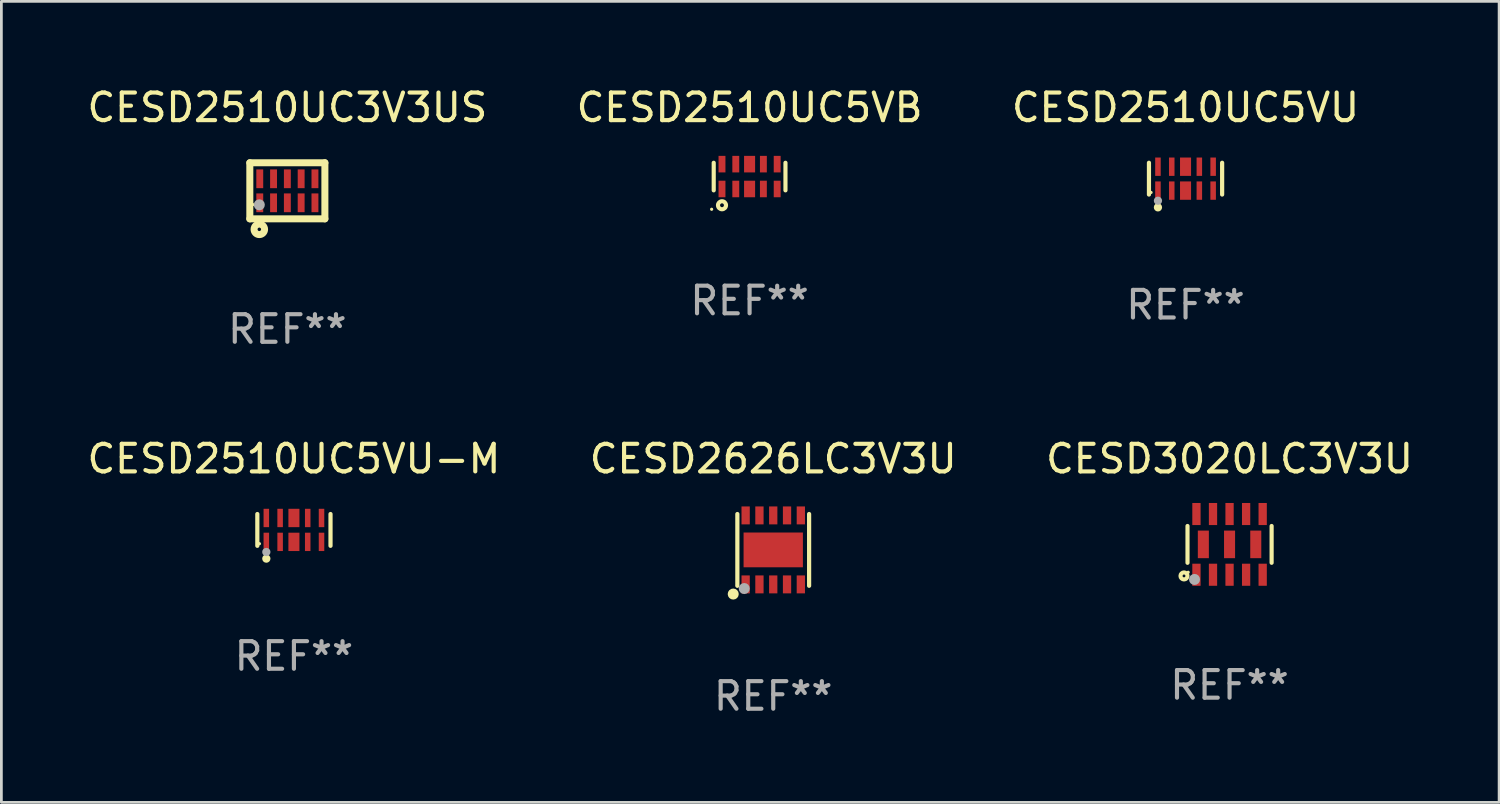
<source format=kicad_pcb>
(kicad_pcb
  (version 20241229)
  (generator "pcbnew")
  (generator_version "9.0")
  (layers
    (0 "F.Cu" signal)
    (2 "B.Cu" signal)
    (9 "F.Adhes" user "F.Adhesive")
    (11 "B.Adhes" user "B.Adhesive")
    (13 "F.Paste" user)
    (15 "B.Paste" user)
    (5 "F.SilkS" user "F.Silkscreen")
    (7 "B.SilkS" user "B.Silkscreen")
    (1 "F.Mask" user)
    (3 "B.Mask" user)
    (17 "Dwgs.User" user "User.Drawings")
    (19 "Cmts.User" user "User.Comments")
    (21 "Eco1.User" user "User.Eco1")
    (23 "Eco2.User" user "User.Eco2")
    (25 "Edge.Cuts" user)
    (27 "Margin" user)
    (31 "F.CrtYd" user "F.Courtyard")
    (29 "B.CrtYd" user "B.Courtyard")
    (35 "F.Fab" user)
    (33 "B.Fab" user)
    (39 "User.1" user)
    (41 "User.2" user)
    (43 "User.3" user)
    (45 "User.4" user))
  (footprint "CESD2626LC3V3U"
    (layer "F.Cu")
    (at 24.97 16.877)
    (property "Reference" "CESD2626LC3V3U" (at 0 -3.3 0) (layer "F.SilkS") (effects (font (size 1 1) (thickness 0.15))))
    (attr through_hole)
    (fp_line (start -1.3 -1.3) (end -1.3 1.3) (stroke (width 0.152) (type solid)) (layer "F.SilkS"))
    (fp_line (start 1.3 -1.3) (end 1.3 1.3) (stroke (width 0.152) (type solid)) (layer "F.SilkS"))
    (fp_circle (center -1.45 1.6) (end -1.35 1.6) (stroke (width 0.2) (type solid)) (fill no) (layer "F.SilkS"))
    (fp_circle (center -1.3 1.3) (end -1.27 1.3) (stroke (width 0.06) (type solid)) (fill no) (layer "F.SilkS"))
    (fp_circle (center -1.05 1.4) (end -0.95 1.4) (stroke (width 0.2) (type solid)) (fill no) (layer "F.Fab"))
    (fp_text user "REF**" (at 0 5.3 0) (layer "F.Fab") (effects (font (size 1 1) (thickness 0.15))))
    (pad "1" smd rect (at -1 1.25) (size 0.3 0.65) (layers "F.Cu" "F.Mask" "F.Paste"))
    (pad "2" smd rect (at -0.5 1.25) (size 0.3 0.65) (layers "F.Cu" "F.Mask" "F.Paste"))
    (pad "3" smd rect (at 0 1.25) (size 0.3 0.65) (layers "F.Cu" "F.Mask" "F.Paste"))
    (pad "4" smd rect (at 0.5 1.25) (size 0.3 0.65) (layers "F.Cu" "F.Mask" "F.Paste"))
    (pad "5" smd rect (at 1 1.25) (size 0.3 0.65) (layers "F.Cu" "F.Mask" "F.Paste"))
    (pad "6" smd rect (at 1 -1.25) (size 0.3 0.65) (layers "F.Cu" "F.Mask" "F.Paste"))
    (pad "7" smd rect (at 0.5 -1.25) (size 0.3 0.65) (layers "F.Cu" "F.Mask" "F.Paste"))
    (pad "8" smd rect (at 0 -1.25) (size 0.3 0.65) (layers "F.Cu" "F.Mask" "F.Paste"))
    (pad "9" smd rect (at -0.5 -1.25) (size 0.3 0.65) (layers "F.Cu" "F.Mask" "F.Paste"))
    (pad "10" smd rect (at -1 -1.25) (size 0.3 0.65) (layers "F.Cu" "F.Mask" "F.Paste"))
    (pad "11" smd rect (at 0 0) (size 2.15 1.26) (layers "F.Cu" "F.Mask" "F.Paste")))
  (footprint "CESD2510UC3V3US"
    (layer "F.Cu")
    (at 7.363 3.864)
    (property "Reference" "CESD2510UC3V3US" (at 0 -3.016 0) (layer "F.SilkS") (effects (font (size 1 1) (thickness 0.15))))
    (attr through_hole)
    (fp_line (start -1.36 1.016) (end 1.36 1.016) (stroke (width 0.254) (type solid)) (layer "F.SilkS"))
    (fp_line (start -1.36 -1.016) (end -1.36 1.016) (stroke (width 0.254) (type solid)) (layer "F.SilkS"))
    (fp_line (start -1.36 -1.016) (end 1.36 -1.016) (stroke (width 0.254) (type solid)) (layer "F.SilkS"))
    (fp_line (start 1.36 -1.016) (end 1.36 1.016) (stroke (width 0.254) (type solid)) (layer "F.SilkS"))
    (fp_circle (center -1.25 0.5) (end -1.22 0.5) (stroke (width 0.06) (type solid)) (fill no) (layer "F.SilkS"))
    (fp_circle (center -1.016 1.397) (end -0.953 1.397) (stroke (width 0.254) (type solid)) (fill no) (layer "F.SilkS"))
    (fp_circle (center -1.016 0.508) (end -0.916 0.508) (stroke (width 0.2) (type solid)) (fill no) (layer "F.Fab"))
    (fp_text user "REF**" (at 0 5.016 0) (layer "F.Fab") (effects (font (size 1 1) (thickness 0.15))))
    (pad "1" smd rect (at -1 0.435) (size 0.25 0.68) (layers "F.Cu" "F.Mask" "F.Paste"))
    (pad "2" smd rect (at -0.5 0.435) (size 0.25 0.68) (layers "F.Cu" "F.Mask" "F.Paste"))
    (pad "3" smd rect (at 0 0.435) (size 0.25 0.68) (layers "F.Cu" "F.Mask" "F.Paste"))
    (pad "4" smd rect (at 0.5 0.435) (size 0.25 0.68) (layers "F.Cu" "F.Mask" "F.Paste"))
    (pad "5" smd rect (at 1 0.435) (size 0.25 0.68) (layers "F.Cu" "F.Mask" "F.Paste"))
    (pad "6" smd rect (at 1 -0.435) (size 0.25 0.68) (layers "F.Cu" "F.Mask" "F.Paste"))
    (pad "7" smd rect (at 0.5 -0.435) (size 0.25 0.68) (layers "F.Cu" "F.Mask" "F.Paste"))
    (pad "8" smd rect (at 0 -0.435) (size 0.25 0.68) (layers "F.Cu" "F.Mask" "F.Paste"))
    (pad "9" smd rect (at -0.5 -0.435) (size 0.25 0.68) (layers "F.Cu" "F.Mask" "F.Paste"))
    (pad "10" smd rect (at -1 -0.435) (size 0.25 0.68) (layers "F.Cu" "F.Mask" "F.Paste")))
  (footprint "CESD2510UC5VU-M"
    (layer "F.Cu")
    (at 7.601 16.153)
    (property "Reference" "CESD2510UC5VU-M" (at 0 -2.576 0) (layer "F.SilkS") (effects (font (size 1 1) (thickness 0.15))))
    (attr through_hole)
    (fp_line (start -1.326 0.576) (end -1.326 -0.576) (stroke (width 0.152) (type solid)) (layer "F.SilkS"))
    (fp_line (start 1.326 0.576) (end 1.326 -0.576) (stroke (width 0.152) (type solid)) (layer "F.SilkS"))
    (fp_circle (center -1.25 0.5) (end -1.22 0.5) (stroke (width 0.06) (type solid)) (fill no) (layer "F.SilkS"))
    (fp_circle (center -1 1.04) (end -0.925 1.04) (stroke (width 0.15) (type solid)) (fill no) (layer "F.SilkS"))
    (fp_circle (center -1 0.8) (end -0.925 0.8) (stroke (width 0.15) (type solid)) (fill no) (layer "F.Fab"))
    (fp_text user "REF**" (at 0 4.576 0) (layer "F.Fab") (effects (font (size 1 1) (thickness 0.15))))
    (pad "1" smd rect (at -1 0.433) (size 0.2 0.665) (layers "F.Cu" "F.Mask" "F.Paste"))
    (pad "2" smd rect (at -0.5 0.433) (size 0.2 0.665) (layers "F.Cu" "F.Mask" "F.Paste"))
    (pad "3" smd rect (at 0 0.433) (size 0.4 0.665) (layers "F.Cu" "F.Mask" "F.Paste"))
    (pad "4" smd rect (at 0.5 0.433) (size 0.2 0.665) (layers "F.Cu" "F.Mask" "F.Paste"))
    (pad "5" smd rect (at 1 0.433) (size 0.2 0.665) (layers "F.Cu" "F.Mask" "F.Paste"))
    (pad "6" smd rect (at 1 -0.433) (size 0.2 0.665) (layers "F.Cu" "F.Mask" "F.Paste"))
    (pad "7" smd rect (at 0.5 -0.433) (size 0.2 0.665) (layers "F.Cu" "F.Mask" "F.Paste"))
    (pad "8" smd rect (at 0 -0.433) (size 0.4 0.665) (layers "F.Cu" "F.Mask" "F.Paste"))
    (pad "9" smd rect (at -0.5 -0.433) (size 0.2 0.665) (layers "F.Cu" "F.Mask" "F.Paste"))
    (pad "10" smd rect (at -1 -0.433) (size 0.2 0.665) (layers "F.Cu" "F.Mask" "F.Paste")))
  (footprint "CESD2510UC5VB"
    (layer "F.Cu")
    (at 24.113 3.348)
    (property "Reference" "CESD2510UC5VB" (at 0 -2.5 0) (layer "F.SilkS") (effects (font (size 1 1) (thickness 0.15))))
    (attr through_hole)
    (fp_line (start -1.3 -0.5) (end -1.3 0.5) (stroke (width 0.15) (type solid)) (layer "F.SilkS"))
    (fp_line (start 1.3 -0.5) (end 1.3 0.5) (stroke (width 0.15) (type solid)) (layer "F.SilkS"))
    (fp_circle (center -1.375 1.185) (end -1.345 1.185) (stroke (width 0.06) (type solid)) (fill no) (layer "F.SilkS"))
    (fp_circle (center -1 1.04) (end -0.93 1.04) (stroke (width 0.15) (type solid)) (fill no) (layer "F.SilkS"))
    (fp_text user "REF**" (at 0 4.5 0) (layer "F.Fab") (effects (font (size 1 1) (thickness 0.15))))
    (pad "1" smd rect (at -1 0.45) (size 0.25 0.6) (layers "F.Cu" "F.Mask" "F.Paste"))
    (pad "2" smd rect (at -0.5 0.45) (size 0.25 0.6) (layers "F.Cu" "F.Mask" "F.Paste"))
    (pad "3" smd rect (at 0 0.45) (size 0.4 0.6) (layers "F.Cu" "F.Mask" "F.Paste"))
    (pad "4" smd rect (at 0.5 0.45) (size 0.25 0.6) (layers "F.Cu" "F.Mask" "F.Paste"))
    (pad "5" smd rect (at 1 0.45) (size 0.25 0.6) (layers "F.Cu" "F.Mask" "F.Paste"))
    (pad "6" smd rect (at 1 -0.45) (size 0.25 0.6) (layers "F.Cu" "F.Mask" "F.Paste"))
    (pad "7" smd rect (at 0.5 -0.45) (size 0.25 0.6) (layers "F.Cu" "F.Mask" "F.Paste"))
    (pad "8" smd rect (at 0 -0.45) (size 0.4 0.6) (layers "F.Cu" "F.Mask" "F.Paste"))
    (pad "9" smd rect (at -0.5 -0.45) (size 0.25 0.6) (layers "F.Cu" "F.Mask" "F.Paste"))
    (pad "10" smd rect (at -1 -0.45) (size 0.25 0.6) (layers "F.Cu" "F.Mask" "F.Paste")))
  (footprint "CESD2510UC5VU"
    (layer "F.Cu")
    (at 39.911 3.424)
    (property "Reference" "CESD2510UC5VU" (at 0 -2.576 0) (layer "F.SilkS") (effects (font (size 1 1) (thickness 0.15))))
    (attr through_hole)
    (fp_line (start -1.326 0.576) (end -1.326 -0.576) (stroke (width 0.152) (type solid)) (layer "F.SilkS"))
    (fp_line (start 1.326 0.576) (end 1.326 -0.576) (stroke (width 0.152) (type solid)) (layer "F.SilkS"))
    (fp_circle (center -1.25 0.5) (end -1.22 0.5) (stroke (width 0.06) (type solid)) (fill no) (layer "F.SilkS"))
    (fp_circle (center -1 1.04) (end -0.925 1.04) (stroke (width 0.15) (type solid)) (fill no) (layer "F.SilkS"))
    (fp_circle (center -1 0.8) (end -0.925 0.8) (stroke (width 0.15) (type solid)) (fill no) (layer "F.Fab"))
    (fp_text user "REF**" (at 0 4.576 0) (layer "F.Fab") (effects (font (size 1 1) (thickness 0.15))))
    (pad "1" smd rect (at -1 0.433) (size 0.2 0.665) (layers "F.Cu" "F.Mask" "F.Paste"))
    (pad "2" smd rect (at -0.5 0.433) (size 0.2 0.665) (layers "F.Cu" "F.Mask" "F.Paste"))
    (pad "3" smd rect (at 0 0.433) (size 0.4 0.665) (layers "F.Cu" "F.Mask" "F.Paste"))
    (pad "4" smd rect (at 0.5 0.433) (size 0.2 0.665) (layers "F.Cu" "F.Mask" "F.Paste"))
    (pad "5" smd rect (at 1 0.433) (size 0.2 0.665) (layers "F.Cu" "F.Mask" "F.Paste"))
    (pad "6" smd rect (at 1 -0.433) (size 0.2 0.665) (layers "F.Cu" "F.Mask" "F.Paste"))
    (pad "7" smd rect (at 0.5 -0.433) (size 0.2 0.665) (layers "F.Cu" "F.Mask" "F.Paste"))
    (pad "8" smd rect (at 0 -0.433) (size 0.4 0.665) (layers "F.Cu" "F.Mask" "F.Paste"))
    (pad "9" smd rect (at -0.5 -0.433) (size 0.2 0.665) (layers "F.Cu" "F.Mask" "F.Paste"))
    (pad "10" smd rect (at -1 -0.433) (size 0.2 0.665) (layers "F.Cu" "F.Mask" "F.Paste")))
  (footprint "CESD3020LC3V3U"
    (layer "F.Cu")
    (at 41.506 16.677)
    (property "Reference" "CESD3020LC3V3U" (at 0 -3.1 0) (layer "F.SilkS") (effects (font (size 1 1) (thickness 0.15))))
    (attr through_hole)
    (fp_line (start -1.524 -0.667) (end -1.524 0.667) (stroke (width 0.15) (type solid)) (layer "F.SilkS"))
    (fp_line (start 1.524 -0.667) (end 1.524 0.667) (stroke (width 0.15) (type solid)) (layer "F.SilkS"))
    (fp_circle (center -1.651 1.143) (end -1.524 1.143) (stroke (width 0.15) (type solid)) (fill no) (layer "F.SilkS"))
    (fp_circle (center -1.5 1.01) (end -1.47 1.01) (stroke (width 0.06) (type solid)) (fill no) (layer "F.SilkS"))
    (fp_circle (center -1.27 1.27) (end -1.17 1.27) (stroke (width 0.2) (type solid)) (fill no) (layer "F.Fab"))
    (fp_text user "REF**" (at 0 5.1 0) (layer "F.Fab") (effects (font (size 1 1) (thickness 0.15))))
    (pad "1" smd rect (at -1.2 1.1) (size 0.3 0.8) (layers "F.Cu" "F.Mask" "F.Paste"))
    (pad "2" smd rect (at -0.6 1.1) (size 0.3 0.8) (layers "F.Cu" "F.Mask" "F.Paste"))
    (pad "3" smd rect (at -0.000102 1.1) (size 0.3 0.8) (layers "F.Cu" "F.Mask" "F.Paste"))
    (pad "4" smd rect (at 0.6 1.1) (size 0.3 0.8) (layers "F.Cu" "F.Mask" "F.Paste"))
    (pad "5" smd rect (at 1.2 1.1) (size 0.3 0.8) (layers "F.Cu" "F.Mask" "F.Paste"))
    (pad "6" smd rect (at 1.2 -1.1) (size 0.3 0.8) (layers "F.Cu" "F.Mask" "F.Paste"))
    (pad "7" smd rect (at 0.6 -1.1) (size 0.3 0.8) (layers "F.Cu" "F.Mask" "F.Paste"))
    (pad "8" smd rect (at -0.000102 -1.1) (size 0.3 0.8) (layers "F.Cu" "F.Mask" "F.Paste"))
    (pad "9" smd rect (at -0.6 -1.1) (size 0.3 0.8) (layers "F.Cu" "F.Mask" "F.Paste"))
    (pad "10" smd rect (at -1.2 -1.1) (size 0.3 0.8) (layers "F.Cu" "F.Mask" "F.Paste"))
    (pad "11" smd rect (at -0.95 -0.000127) (size 0.4 1) (layers "F.Cu" "F.Mask" "F.Paste"))
    (pad "12" smd rect (at -0.000102 -0.000127) (size 0.4 1) (layers "F.Cu" "F.Mask" "F.Paste"))
    (pad "13" smd rect (at 0.95 -0.000127) (size 0.4 1) (layers "F.Cu" "F.Mask" "F.Paste")))
  (gr_rect
    (start -3 -3)
    (end 51.274 26.025)
    (stroke (width 0.1) (type default))
    (fill no)
    (layer "Edge.Cuts")))
</source>
